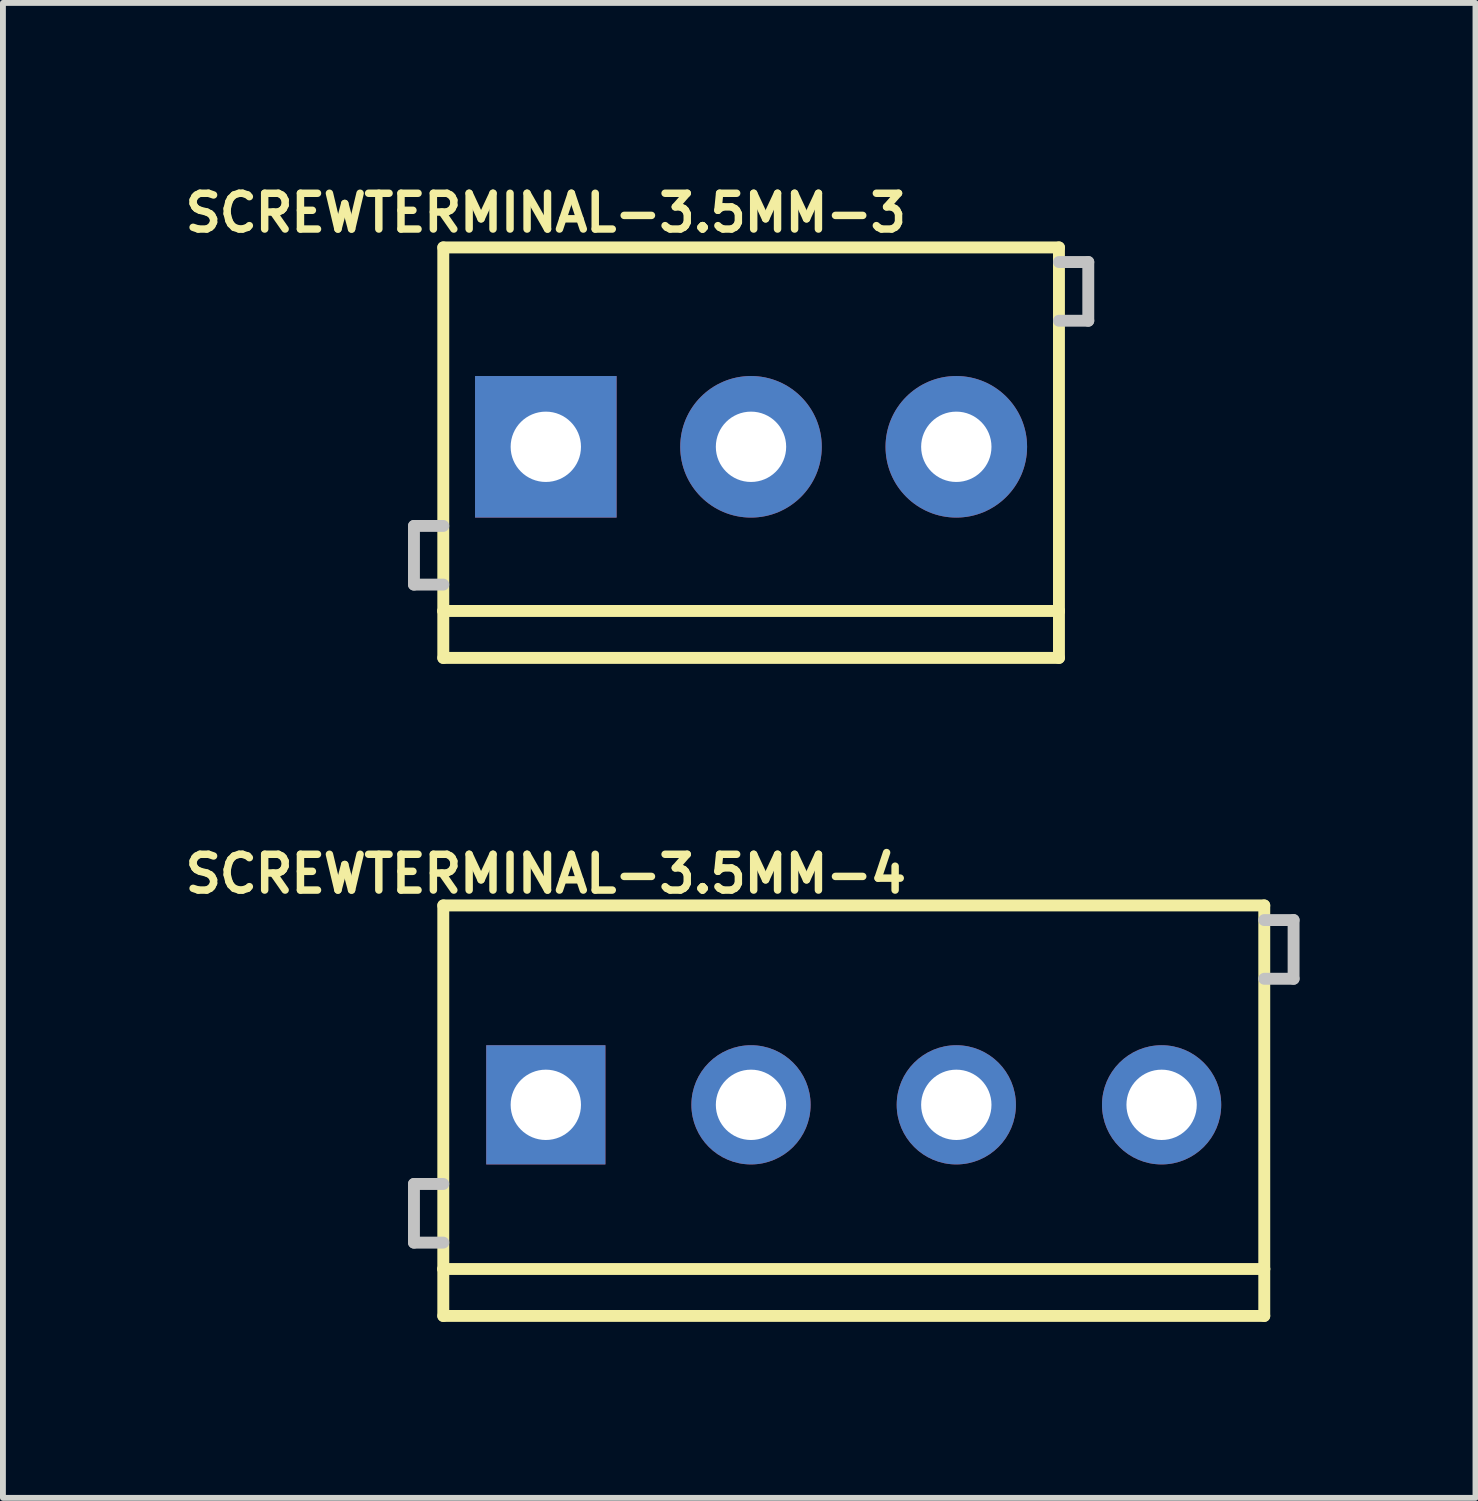
<source format=kicad_pcb>
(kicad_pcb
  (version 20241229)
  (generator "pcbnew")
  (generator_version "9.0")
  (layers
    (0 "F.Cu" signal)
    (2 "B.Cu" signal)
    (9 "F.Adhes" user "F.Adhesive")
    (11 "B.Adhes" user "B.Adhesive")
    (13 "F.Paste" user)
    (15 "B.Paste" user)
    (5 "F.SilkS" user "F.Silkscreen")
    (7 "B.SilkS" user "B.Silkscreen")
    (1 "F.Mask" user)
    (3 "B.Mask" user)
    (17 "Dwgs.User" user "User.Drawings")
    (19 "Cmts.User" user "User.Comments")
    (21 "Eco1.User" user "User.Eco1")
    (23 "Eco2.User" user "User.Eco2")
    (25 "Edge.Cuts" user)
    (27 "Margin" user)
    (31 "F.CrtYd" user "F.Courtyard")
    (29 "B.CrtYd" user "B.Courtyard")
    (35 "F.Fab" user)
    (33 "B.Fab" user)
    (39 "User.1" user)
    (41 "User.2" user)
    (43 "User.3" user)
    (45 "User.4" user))
  (footprint "SCREWTERMINAL-3.5MM-4"
    (layer "F.Cu")
    (at 6.255 15.785)
    (property "Reference" "SCREWTERMINAL-3.5MM-4" (at 0 -3.937 0) (layer "F.SilkS") (effects (font (size 0.61 0.61) (thickness 0.127))))
    (attr exclude_from_pos_files exclude_from_bom)
    (fp_line (start -1.748 -3.399) (end 12.248 -3.399) (stroke (width 0.203) (type solid)) (layer "F.SilkS"))
    (fp_line (start -1.748 2.799) (end -1.748 -3.399) (stroke (width 0.203) (type solid)) (layer "F.SilkS"))
    (fp_line (start -1.748 3.599) (end -1.748 2.799) (stroke (width 0.203) (type solid)) (layer "F.SilkS"))
    (fp_line (start 12.248 -3.399) (end 12.248 2.799) (stroke (width 0.203) (type solid)) (layer "F.SilkS"))
    (fp_line (start 12.248 2.799) (end -1.748 2.799) (stroke (width 0.203) (type solid)) (layer "F.SilkS"))
    (fp_line (start 12.248 2.799) (end 12.248 3.599) (stroke (width 0.203) (type solid)) (layer "F.SilkS"))
    (fp_line (start 12.248 3.599) (end -1.748 3.599) (stroke (width 0.203) (type solid)) (layer "F.SilkS"))
    (fp_line (start -2.248 1.349) (end -2.248 2.349) (stroke (width 0.203) (type solid)) (layer "Dwgs.User"))
    (fp_line (start -2.248 2.349) (end -1.748 2.349) (stroke (width 0.203) (type solid)) (layer "Dwgs.User"))
    (fp_line (start -1.748 1.349) (end -2.248 1.349) (stroke (width 0.203) (type solid)) (layer "Dwgs.User"))
    (fp_line (start 12.248 -3.15) (end 12.748 -3.15) (stroke (width 0.203) (type solid)) (layer "Dwgs.User"))
    (fp_line (start 12.748 -3.15) (end 12.748 -2.149) (stroke (width 0.203) (type solid)) (layer "Dwgs.User"))
    (fp_line (start 12.748 -2.149) (end 12.248 -2.149) (stroke (width 0.203) (type solid)) (layer "Dwgs.User"))
    (fp_circle (center 0 0) (end 0 -0.424) (stroke (width 0.1) (type solid)) (fill no) (layer "Dwgs.User"))
    (fp_circle (center 3.498 0) (end 3.498 -0.424) (stroke (width 0.1) (type solid)) (fill no) (layer "Dwgs.User"))
    (fp_circle (center 6.998 0) (end 6.998 -0.424) (stroke (width 0.1) (type solid)) (fill no) (layer "Dwgs.User"))
    (fp_circle (center 10.498 0) (end 10.498 -0.424) (stroke (width 0.1) (type solid)) (fill no) (layer "Dwgs.User"))
    (pad "1" thru_hole rect (at 0 0) (size 2.032 2.032) (drill 1.199) (layers "*.Cu" "*.Mask"))
    (pad "2" thru_hole circle (at 3.498 0) (size 2.032 2.032) (drill 1.199) (layers "*.Cu" "*.Mask"))
    (pad "3" thru_hole circle (at 6.998 0) (size 2.032 2.032) (drill 1.199) (layers "*.Cu" "*.Mask"))
    (pad "4" thru_hole circle (at 10.498 0) (size 2.032 2.032) (drill 1.199) (layers "*.Cu" "*.Mask")))
  (footprint "SCREWTERMINAL-3.5MM-3"
    (layer "F.Cu")
    (at 6.255 4.567)
    (property "Reference" "SCREWTERMINAL-3.5MM-3" (at 0 -3.988 0) (layer "F.SilkS") (effects (font (size 0.61 0.61) (thickness 0.127))))
    (attr exclude_from_pos_files exclude_from_bom)
    (fp_line (start -1.748 -3.399) (end 8.748 -3.399) (stroke (width 0.203) (type solid)) (layer "F.SilkS"))
    (fp_line (start -1.748 2.799) (end -1.748 -3.399) (stroke (width 0.203) (type solid)) (layer "F.SilkS"))
    (fp_line (start -1.748 3.599) (end -1.748 2.799) (stroke (width 0.203) (type solid)) (layer "F.SilkS"))
    (fp_line (start 8.748 -3.399) (end 8.748 2.799) (stroke (width 0.203) (type solid)) (layer "F.SilkS"))
    (fp_line (start 8.748 2.799) (end -1.748 2.799) (stroke (width 0.203) (type solid)) (layer "F.SilkS"))
    (fp_line (start 8.748 2.799) (end 8.748 3.599) (stroke (width 0.203) (type solid)) (layer "F.SilkS"))
    (fp_line (start 8.748 3.599) (end -1.748 3.599) (stroke (width 0.203) (type solid)) (layer "F.SilkS"))
    (fp_line (start -2.248 1.349) (end -2.248 2.349) (stroke (width 0.203) (type solid)) (layer "Dwgs.User"))
    (fp_line (start -2.248 2.349) (end -1.748 2.349) (stroke (width 0.203) (type solid)) (layer "Dwgs.User"))
    (fp_line (start -1.748 1.349) (end -2.248 1.349) (stroke (width 0.203) (type solid)) (layer "Dwgs.User"))
    (fp_line (start 8.748 -3.15) (end 9.248 -3.15) (stroke (width 0.203) (type solid)) (layer "Dwgs.User"))
    (fp_line (start 9.248 -3.15) (end 9.248 -2.149) (stroke (width 0.203) (type solid)) (layer "Dwgs.User"))
    (fp_line (start 9.248 -2.149) (end 8.748 -2.149) (stroke (width 0.203) (type solid)) (layer "Dwgs.User"))
    (pad "1" thru_hole rect (at 0 0) (size 2.413 2.413) (drill 1.199) (layers "*.Cu" "*.Mask"))
    (pad "2" thru_hole circle (at 3.498 0) (size 2.413 2.413) (drill 1.199) (layers "*.Cu" "*.Mask"))
    (pad "3" thru_hole circle (at 6.998 0) (size 2.413 2.413) (drill 1.199) (layers "*.Cu" "*.Mask")))
  (gr_rect
    (start -3 -3)
    (end 22.104 22.485)
    (stroke (width 0.1) (type default))
    (fill no)
    (layer "Edge.Cuts")))
</source>
